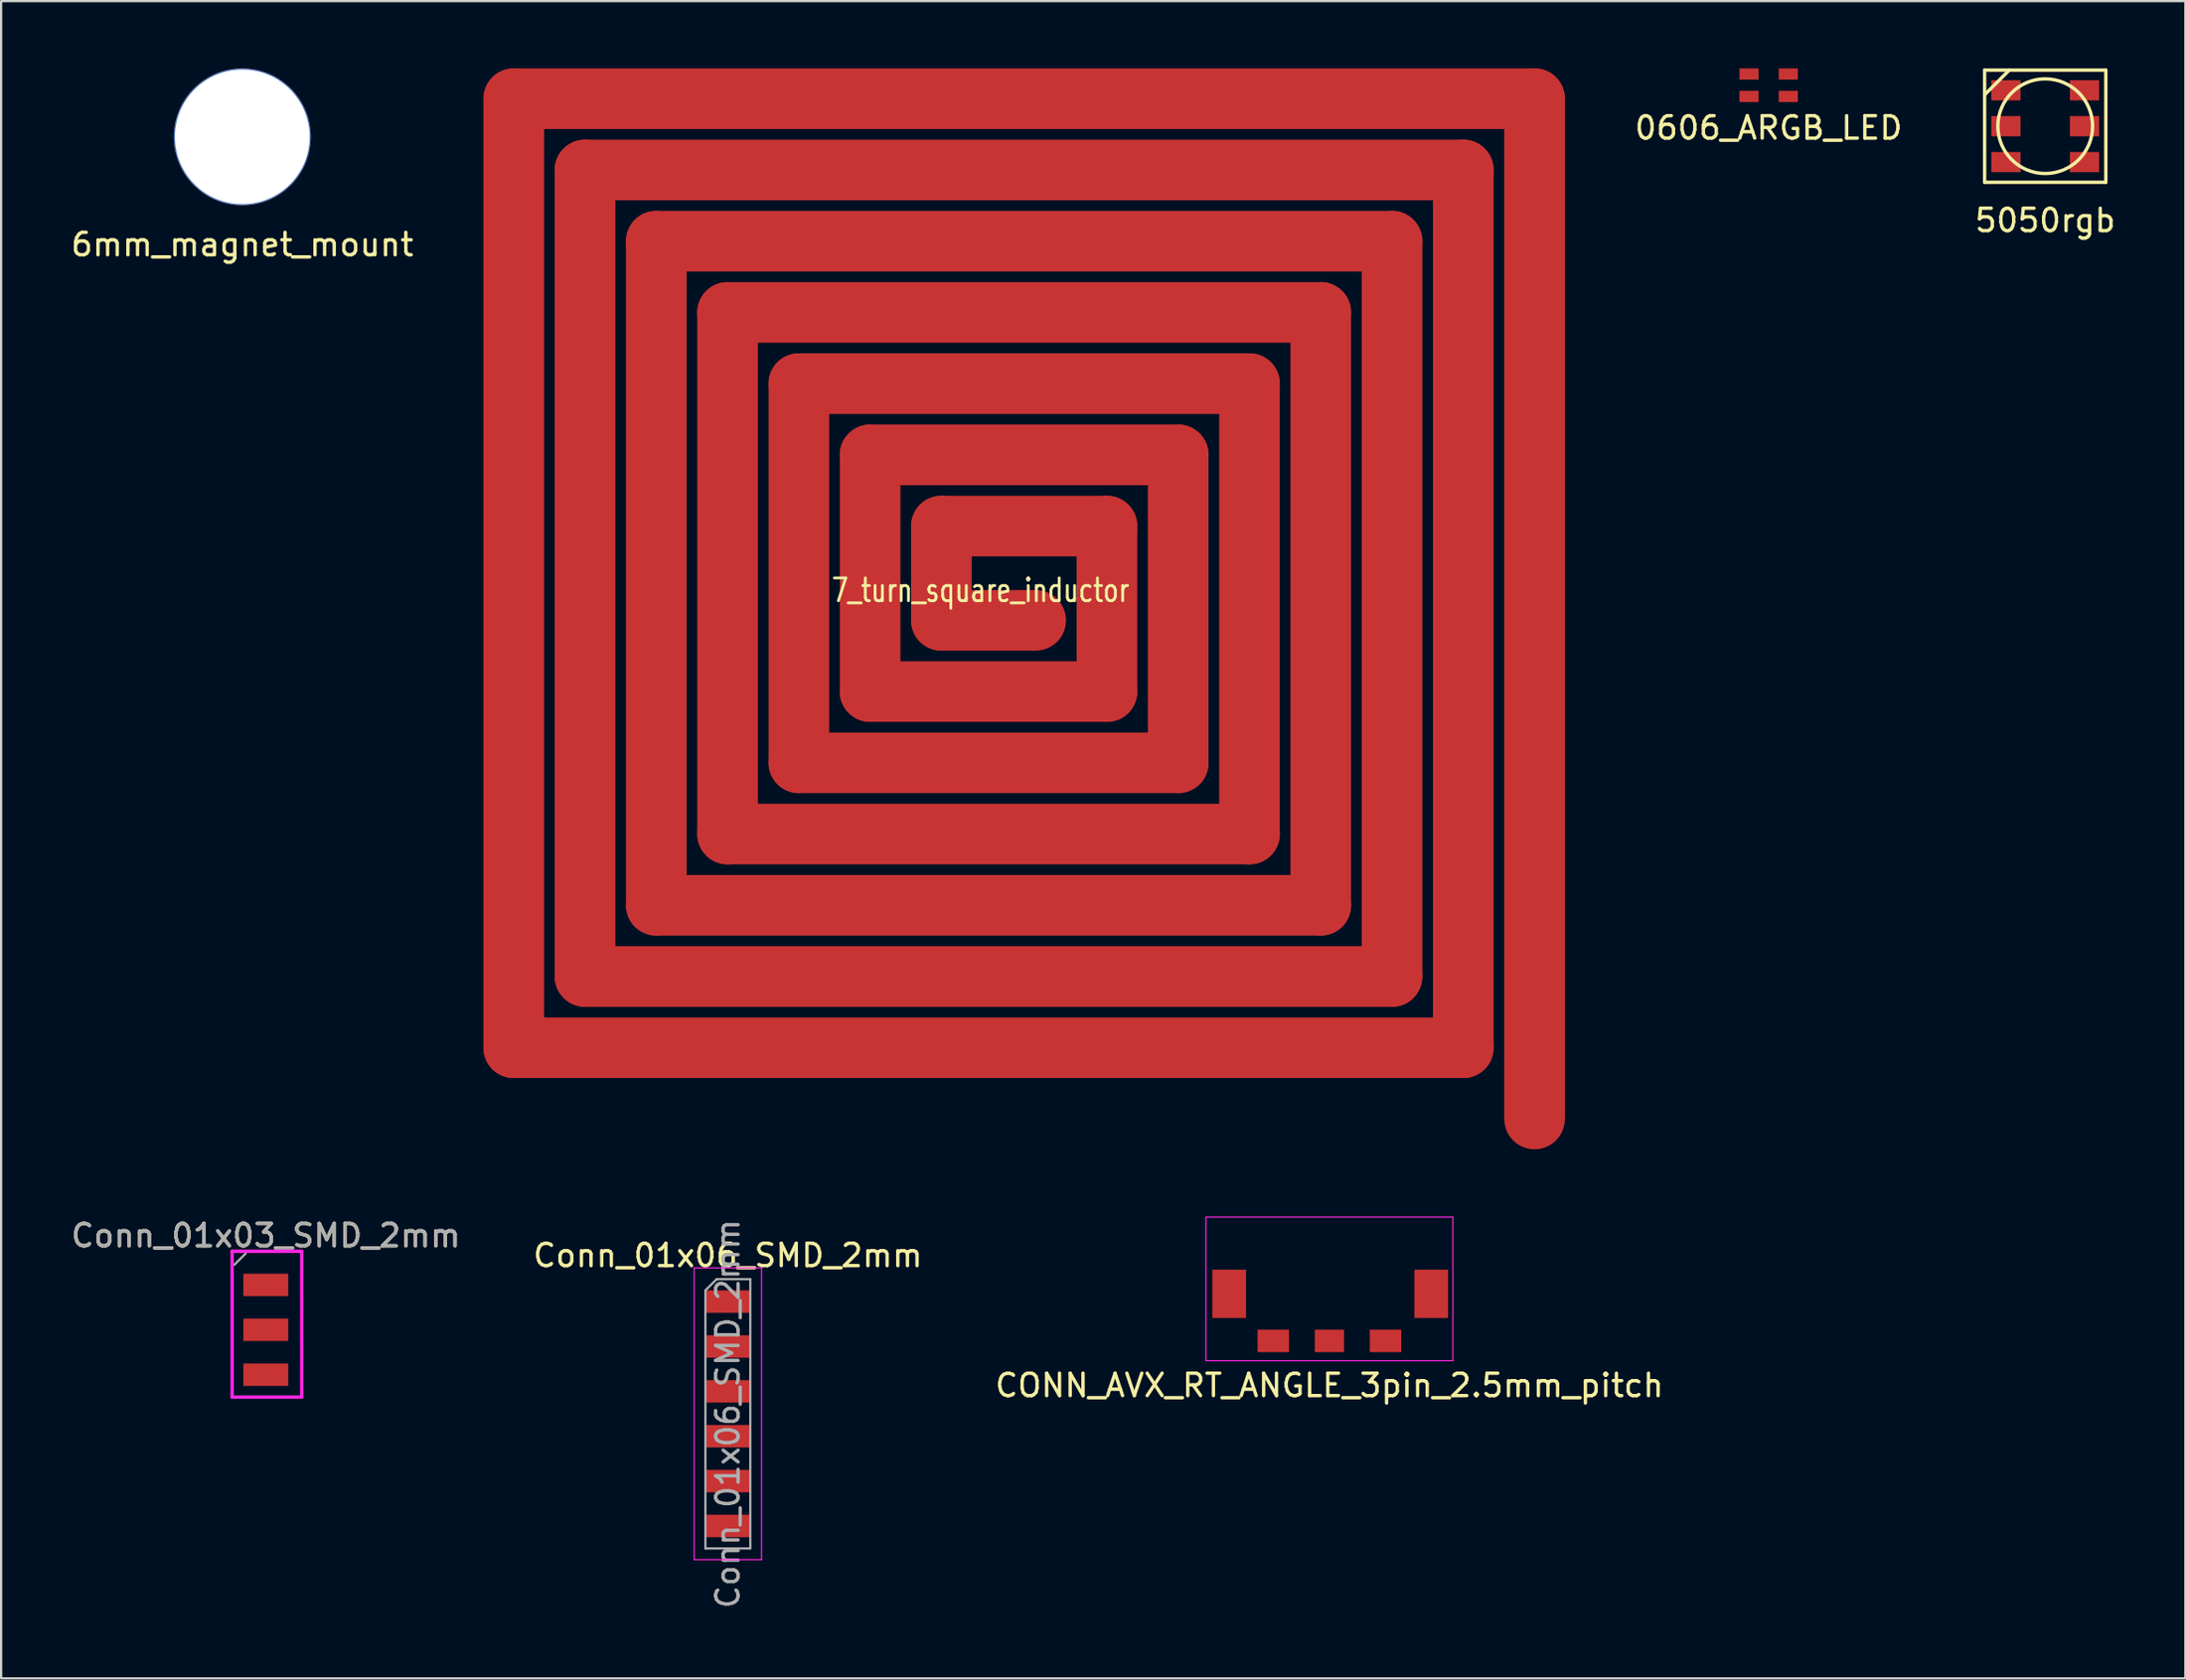
<source format=kicad_pcb>
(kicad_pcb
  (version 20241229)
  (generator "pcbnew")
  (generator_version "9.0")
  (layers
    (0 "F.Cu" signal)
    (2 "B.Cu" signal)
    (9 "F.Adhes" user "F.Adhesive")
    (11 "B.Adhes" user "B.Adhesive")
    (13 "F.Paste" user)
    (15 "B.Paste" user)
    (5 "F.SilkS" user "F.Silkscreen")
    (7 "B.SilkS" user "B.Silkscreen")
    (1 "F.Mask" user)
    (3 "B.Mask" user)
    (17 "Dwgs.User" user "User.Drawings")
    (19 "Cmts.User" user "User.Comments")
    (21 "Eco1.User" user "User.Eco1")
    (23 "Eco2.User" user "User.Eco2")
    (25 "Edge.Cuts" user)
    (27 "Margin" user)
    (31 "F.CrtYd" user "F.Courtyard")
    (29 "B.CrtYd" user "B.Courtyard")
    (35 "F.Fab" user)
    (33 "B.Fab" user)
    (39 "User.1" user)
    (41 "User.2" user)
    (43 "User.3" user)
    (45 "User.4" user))
  (footprint "0606_ARGB_LED"
    (layer "F.Cu")
    (at 75.74 0.75)
    (property "Reference" "0606_ARGB_LED" (at 0 1.9 0) (layer "F.SilkS") (effects (font (size 1 1) (thickness 0.15))))
    (attr through_hole)
    (pad "1" smd rect (at -0.875 -0.5) (size 0.85 0.5) (layers "F.Cu" "F.Mask" "F.Paste"))
    (pad "2" smd rect (at 0.875 -0.5) (size 0.85 0.5) (layers "F.Cu" "F.Mask" "F.Paste"))
    (pad "3" smd rect (at -0.875 0.5) (size 0.85 0.5) (layers "F.Cu" "F.Mask" "F.Paste"))
    (pad "4" smd rect (at 0.875 0.5) (size 0.85 0.5) (layers "F.Cu" "F.Mask" "F.Paste")))
  (footprint "Conn_01x06_SMD_2mm"
    (layer "F.Cu")
    (at 29.375 54.967)
    (property "Reference" "Conn_01x06_SMD_2mm" (at 0 -2.06 0) (layer "F.SilkS") (effects (font (size 1 1) (thickness 0.15))))
    (attr through_hole)
    (fp_line (start -1.5 -1.5) (end -1.5 11.5) (stroke (width 0.05) (type solid)) (layer "F.CrtYd"))
    (fp_line (start -1.5 11.5) (end 1.5 11.5) (stroke (width 0.05) (type solid)) (layer "F.CrtYd"))
    (fp_line (start 1.5 -1.5) (end -1.5 -1.5) (stroke (width 0.05) (type solid)) (layer "F.CrtYd"))
    (fp_line (start 1.5 11.5) (end 1.5 -1.5) (stroke (width 0.05) (type solid)) (layer "F.CrtYd"))
    (fp_line (start -1 -0.5) (end -0.5 -1) (stroke (width 0.1) (type solid)) (layer "F.Fab"))
    (fp_line (start -1 11) (end -1 -0.5) (stroke (width 0.1) (type solid)) (layer "F.Fab"))
    (fp_line (start -0.5 -1) (end 1 -1) (stroke (width 0.1) (type solid)) (layer "F.Fab"))
    (fp_line (start 1 -1) (end 1 11) (stroke (width 0.1) (type solid)) (layer "F.Fab"))
    (fp_line (start 1 11) (end -1 11) (stroke (width 0.1) (type solid)) (layer "F.Fab"))
    (fp_text user "${REFERENCE}" (at 0 5 90) (layer "F.Fab") (effects (font (size 1 1) (thickness 0.15))))
    (pad "1" smd rect (at 0 0) (size 2 1) (layers "F.Cu" "F.Mask" "F.Paste"))
    (pad "2" smd rect (at 0 2) (size 2 1) (layers "F.Cu" "F.Mask" "F.Paste"))
    (pad "3" smd rect (at 0 4) (size 2 1) (layers "F.Cu" "F.Mask" "F.Paste"))
    (pad "4" smd rect (at 0 6) (size 2 1) (layers "F.Cu" "F.Mask" "F.Paste"))
    (pad "5" smd rect (at 0 8) (size 2 1) (layers "F.Cu" "F.Mask" "F.Paste"))
    (pad "6" smd rect (at 0 10) (size 2 1) (layers "F.Cu" "F.Mask" "F.Paste")))
  (footprint "CONN_AVX_RT_ANGLE_3pin_2.5mm_pitch"
    (layer "F.Cu")
    (at 56.173 54.6)
    (property "Reference" "CONN_AVX_RT_ANGLE_3pin_2.5mm_pitch" (at 0 4.1 0) (layer "F.SilkS") (effects (font (size 1 1) (thickness 0.15))))
    (attr through_hole)
    (fp_line (start -5.5 -3.4) (end 5.5 -3.4) (stroke (width 0.05) (type solid)) (layer "F.CrtYd"))
    (fp_line (start -5.5 3) (end -5.5 -3.4) (stroke (width 0.05) (type solid)) (layer "F.CrtYd"))
    (fp_line (start 5.5 -3.4) (end 5.5 3) (stroke (width 0.05) (type solid)) (layer "F.CrtYd"))
    (fp_line (start 5.5 3) (end -5.5 3) (stroke (width 0.05) (type solid)) (layer "F.CrtYd"))
    (pad "" smd rect (at -4.462 0.018 180) (size 1.5 2.15) (layers "F.Cu" "F.Mask" "F.Paste"))
    (pad "" smd rect (at 4.538 0.018 180) (size 1.5 2.15) (layers "F.Cu" "F.Mask" "F.Paste"))
    (pad "1" smd rect (at -2.5 2.118 180) (size 1.4 1) (layers "F.Cu" "F.Mask" "F.Paste"))
    (pad "2" smd rect (at 0 2.118 180) (size 1.3 1) (layers "F.Cu" "F.Mask" "F.Paste"))
    (pad "3" smd rect (at 2.5 2.118 180) (size 1.4 1) (layers "F.Cu" "F.Mask" "F.Paste")))
  (footprint "6mm_magnet_mount"
    (layer "F.Cu")
    (at 7.744 3.05)
    (property "Reference" "6mm_magnet_mount" (at 0 4.8 0) (layer "F.SilkS") (effects (font (size 1 1) (thickness 0.15))))
    (attr through_hole)
    (pad "1" thru_hole circle (at 0 0) (size 6.1 6.1) (drill 6) (layers "*.Cu" "*.Mask")))
  (footprint "5050rgb"
    (layer "F.Cu")
    (at 88.062 2.575)
    (property "Reference" "5050rgb" (at 0 4.2 0) (layer "F.SilkS") (effects (font (size 1 1) (thickness 0.15))))
    (attr through_hole)
    (fp_line (start -2.7 -2.5) (end 2.7 -2.5) (stroke (width 0.15) (type solid)) (layer "F.SilkS"))
    (fp_line (start -2.7 -1.4) (end -1.6 -2.5) (stroke (width 0.15) (type solid)) (layer "F.SilkS"))
    (fp_line (start -2.7 2.5) (end -2.7 -2.5) (stroke (width 0.15) (type solid)) (layer "F.SilkS"))
    (fp_line (start 2.7 -2.5) (end 2.7 2.5) (stroke (width 0.15) (type solid)) (layer "F.SilkS"))
    (fp_line (start 2.7 2.5) (end -2.7 2.5) (stroke (width 0.15) (type solid)) (layer "F.SilkS"))
    (fp_circle (center 0 0) (end 1.7 -1.25) (stroke (width 0.15) (type solid)) (fill no) (layer "F.SilkS"))
    (pad "1" smd rect (at -1.75 -1.6 90) (size 0.9 1.3) (layers "F.Cu" "F.Mask" "F.Paste"))
    (pad "2" smd rect (at -1.75 0 90) (size 0.9 1.3) (layers "F.Cu" "F.Mask" "F.Paste"))
    (pad "3" smd rect (at -1.75 1.6 90) (size 0.9 1.3) (layers "F.Cu" "F.Mask" "F.Paste"))
    (pad "4" smd rect (at 1.75 1.6 90) (size 0.9 1.3) (layers "F.Cu" "F.Mask" "F.Paste"))
    (pad "5" smd rect (at 1.75 0 90) (size 0.9 1.3) (layers "F.Cu" "F.Mask" "F.Paste"))
    (pad "6" smd rect (at 1.75 -1.6 90) (size 0.9 1.3) (layers "F.Cu" "F.Mask" "F.Paste")))
  (footprint "Conn_01x03_SMD_2mm"
    (layer "F.Cu")
    (at 8.792 56.223)
    (property "Reference" "Conn_01x03_SMD_2mm" (at 0 -4.2 0) (layer "F.SilkS") (effects (font (size 1 1) (thickness 0.15))))
    (attr through_hole)
    (fp_line (start -1.5 -3.5) (end -1.5 3) (stroke (width 0.15) (type solid)) (layer "F.CrtYd"))
    (fp_line (start -1.5 3) (end 1.6 3) (stroke (width 0.15) (type solid)) (layer "F.CrtYd"))
    (fp_line (start 1.5 -3.5) (end -1.5 -3.5) (stroke (width 0.15) (type solid)) (layer "F.CrtYd"))
    (fp_line (start 1.6 -3.5) (end 1.5 -3.5) (stroke (width 0.15) (type solid)) (layer "F.CrtYd"))
    (fp_line (start 1.6 3) (end 1.6 -3.5) (stroke (width 0.15) (type solid)) (layer "F.CrtYd"))
    (fp_line (start -1.4 -2.9) (end -0.9 -3.4) (stroke (width 0.1) (type solid)) (layer "F.Fab"))
    (fp_text user "${REFERENCE}" (at 0 -4.2 180) (layer "F.Fab") (effects (font (size 1 1) (thickness 0.15))))
    (pad "1" smd rect (at 0 -2) (size 2 1) (layers "F.Cu" "F.Mask" "F.Paste"))
    (pad "2" smd rect (at 0 0) (size 2 1) (layers "F.Cu" "F.Mask" "F.Paste"))
    (pad "3" smd rect (at 0 2) (size 2 1) (layers "F.Cu" "F.Mask" "F.Paste")))
  (footprint "7_turn_square_inductor"
    (layer "F.Cu")
    (at 40.988 22.5)
    (property "Reference" "7_turn_square_inductor" (at -0.356 0.762 0) (layer "F.SilkS") (effects (font (size 1.016 0.762) (thickness 0.127))))
    (attr through_hole)
    (pad "1" smd oval (at -21.15 0 90) (size 45 2.7) (layers "F.Cu" "F.Mask" "F.Paste"))
    (pad "1" smd oval (at -17.975 0 90) (size 38.65 2.7) (layers "F.Cu" "F.Mask" "F.Paste"))
    (pad "1" smd oval (at -14.8 0 90) (size 32.3 2.7) (layers "F.Cu" "F.Mask" "F.Paste"))
    (pad "1" smd oval (at -11.625 0 90) (size 25.95 2.7) (layers "F.Cu" "F.Mask" "F.Paste"))
    (pad "1" smd oval (at -8.45 0 90) (size 19.6 2.7) (layers "F.Cu" "F.Mask" "F.Paste"))
    (pad "1" smd oval (at -5.275 0 90) (size 13.25 2.7) (layers "F.Cu" "F.Mask" "F.Paste"))
    (pad "1" smd oval (at -2.1 0 90) (size 6.9 2.7) (layers "F.Cu" "F.Mask" "F.Paste"))
    (pad "1" smd oval (at 0 2.1 180) (size 6.9 2.7) (layers "F.Cu" "F.Mask" "F.Paste"))
    (pad "1" smd oval (at 0 5.275 180) (size 13.25 2.7) (layers "F.Cu" "F.Mask" "F.Paste"))
    (pad "1" smd oval (at 0 8.45 180) (size 19.6 2.7) (layers "F.Cu" "F.Mask" "F.Paste"))
    (pad "1" smd oval (at 0 11.625 180) (size 25.95 2.7) (layers "F.Cu" "F.Mask" "F.Paste"))
    (pad "1" smd oval (at 0 14.8 180) (size 32.3 2.7) (layers "F.Cu" "F.Mask" "F.Paste"))
    (pad "1" smd oval (at 0 17.975 180) (size 38.65 2.7) (layers "F.Cu" "F.Mask" "F.Paste"))
    (pad "1" smd oval (at 0 21.15 180) (size 45 2.7) (layers "F.Cu" "F.Mask" "F.Paste"))
    (pad "1" smd oval (at 1.587 -21.15) (size 48.175 2.7) (layers "F.Cu" "F.Mask" "F.Paste"))
    (pad "1" smd oval (at 1.587 -17.975) (size 41.825 2.7) (layers "F.Cu" "F.Mask" "F.Paste"))
    (pad "1" smd oval (at 1.587 -14.8) (size 35.475 2.7) (layers "F.Cu" "F.Mask" "F.Paste"))
    (pad "1" smd oval (at 1.587 -11.625) (size 29.125 2.7) (layers "F.Cu" "F.Mask" "F.Paste"))
    (pad "1" smd oval (at 1.587 -8.45) (size 22.775 2.7) (layers "F.Cu" "F.Mask" "F.Paste"))
    (pad "1" smd oval (at 1.587 -5.275) (size 16.425 2.7) (layers "F.Cu" "F.Mask" "F.Paste"))
    (pad "1" smd oval (at 1.587 -2.1) (size 10.075 2.7) (layers "F.Cu" "F.Mask" "F.Paste"))
    (pad "1" smd oval (at 5.275 1.587 270) (size 10.075 2.7) (layers "F.Cu" "F.Mask" "F.Paste"))
    (pad "1" smd oval (at 8.45 1.587 270) (size 16.425 2.7) (layers "F.Cu" "F.Mask" "F.Paste"))
    (pad "1" smd oval (at 11.625 1.587 270) (size 22.775 2.7) (layers "F.Cu" "F.Mask" "F.Paste"))
    (pad "1" smd oval (at 14.8 1.587 270) (size 29.125 2.7) (layers "F.Cu" "F.Mask" "F.Paste"))
    (pad "1" smd oval (at 17.975 1.587 270) (size 35.475 2.7) (layers "F.Cu" "F.Mask" "F.Paste"))
    (pad "1" smd oval (at 21.15 1.587 270) (size 41.825 2.7) (layers "F.Cu" "F.Mask" "F.Paste"))
    (pad "1" smd oval (at 24.325 1.587 270) (size 48.175 2.7) (layers "F.Cu" "F.Mask" "F.Paste")))
  (gr_rect
    (start -3 -3)
    (end 94.306 71.758)
    (stroke (width 0.1) (type default))
    (fill no)
    (layer "Edge.Cuts")))
</source>
